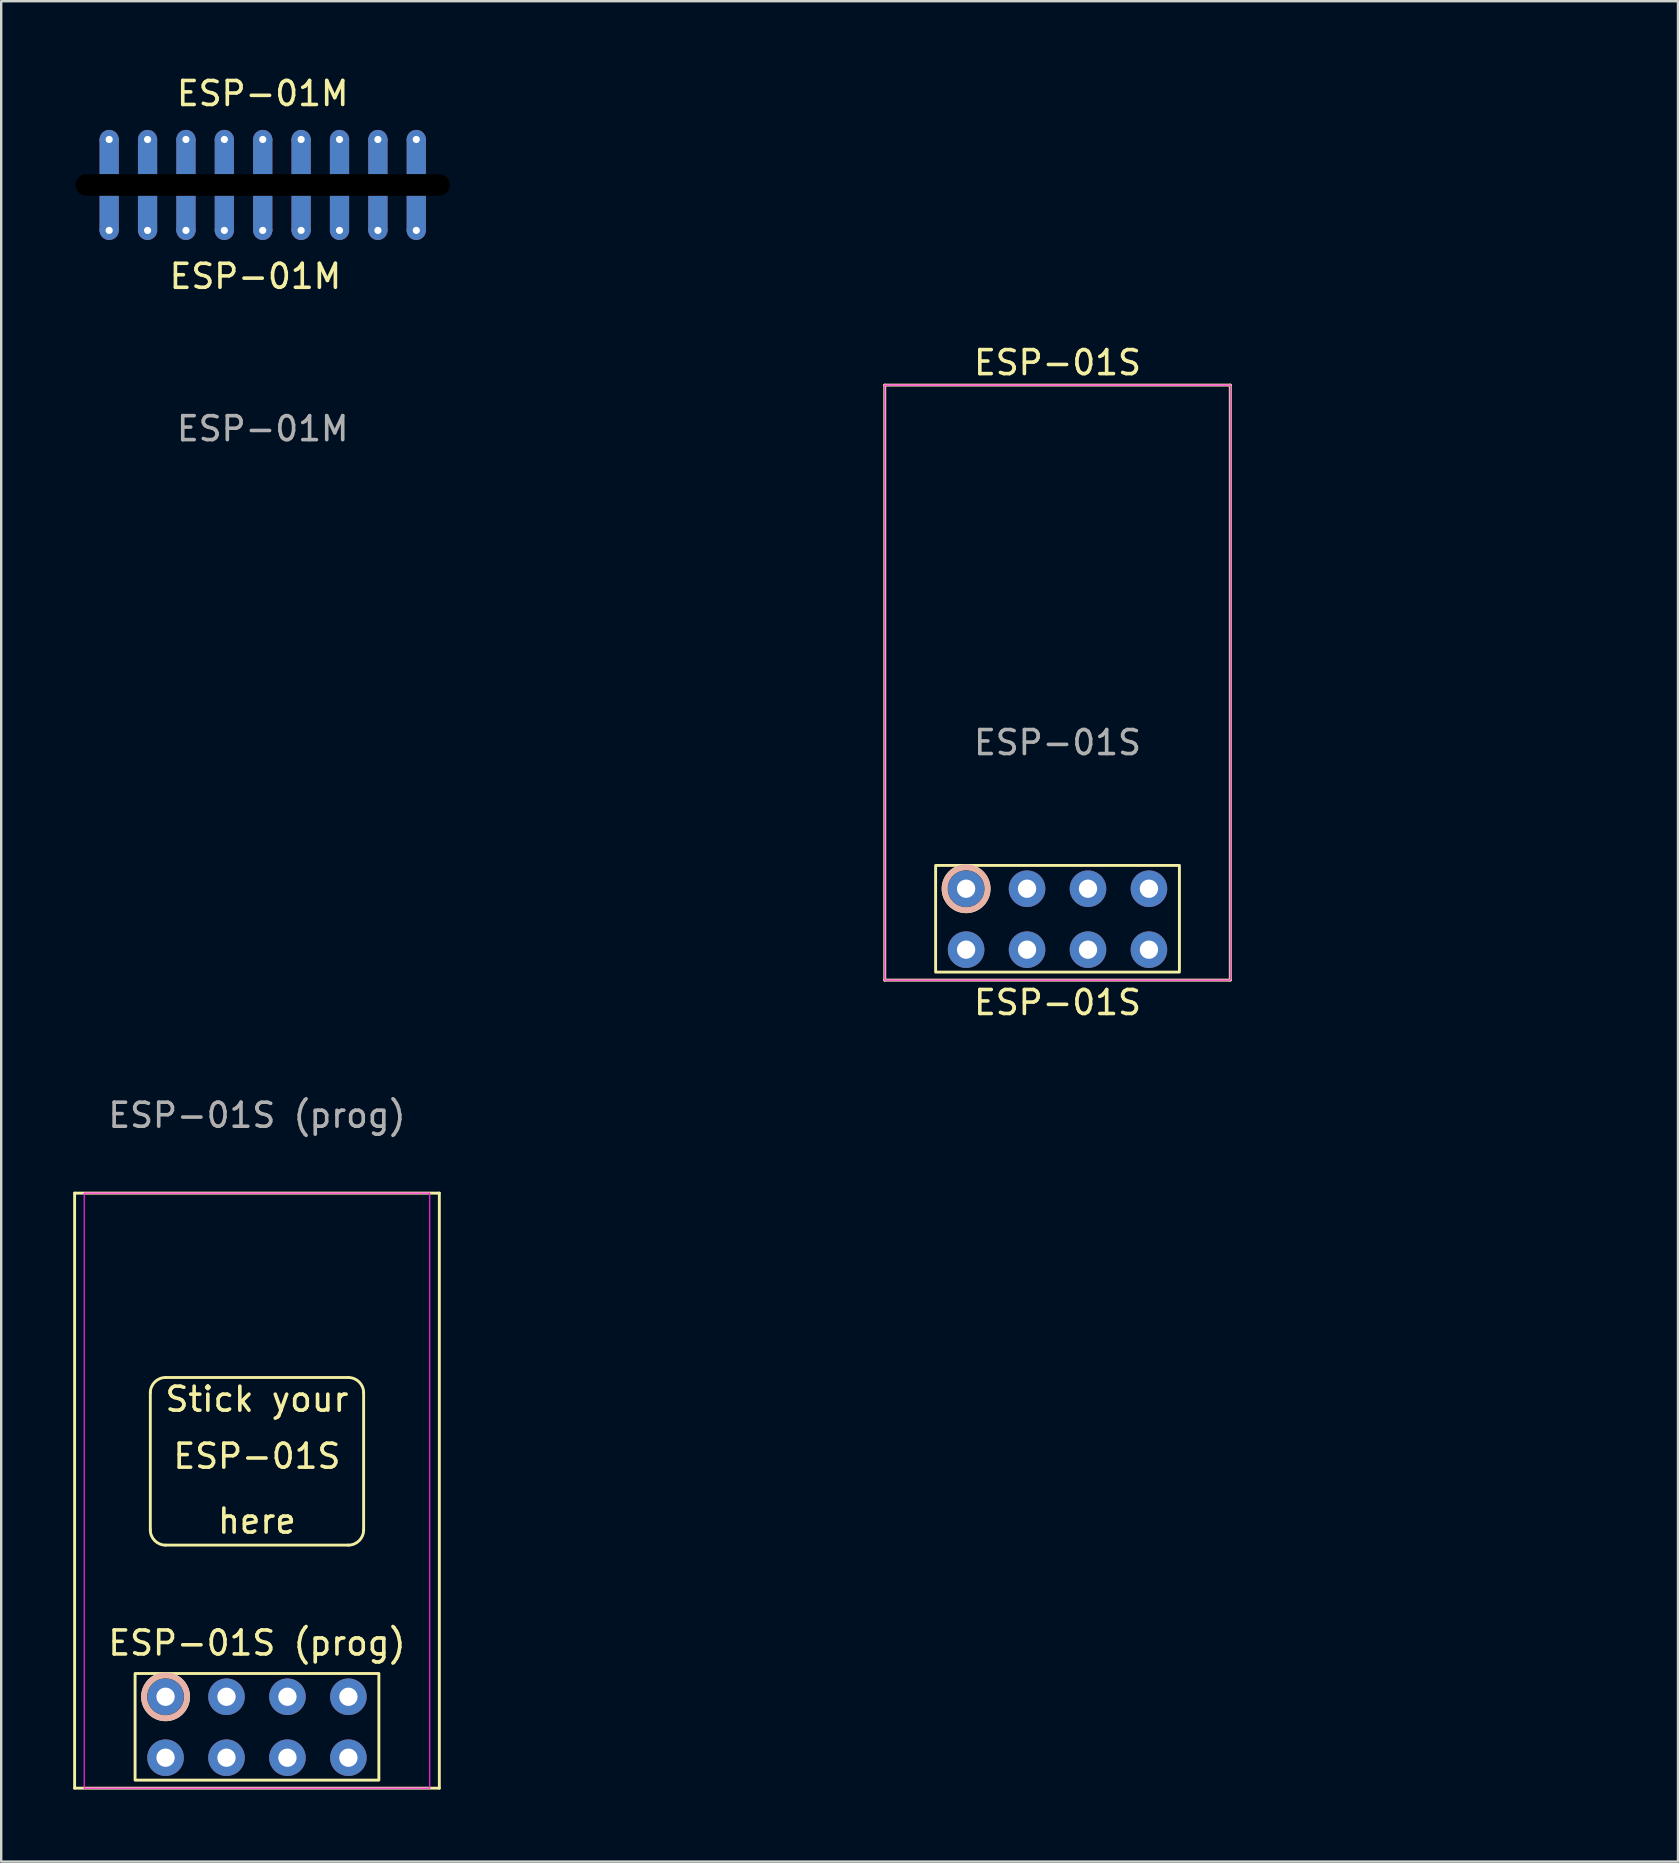
<source format=kicad_pcb>
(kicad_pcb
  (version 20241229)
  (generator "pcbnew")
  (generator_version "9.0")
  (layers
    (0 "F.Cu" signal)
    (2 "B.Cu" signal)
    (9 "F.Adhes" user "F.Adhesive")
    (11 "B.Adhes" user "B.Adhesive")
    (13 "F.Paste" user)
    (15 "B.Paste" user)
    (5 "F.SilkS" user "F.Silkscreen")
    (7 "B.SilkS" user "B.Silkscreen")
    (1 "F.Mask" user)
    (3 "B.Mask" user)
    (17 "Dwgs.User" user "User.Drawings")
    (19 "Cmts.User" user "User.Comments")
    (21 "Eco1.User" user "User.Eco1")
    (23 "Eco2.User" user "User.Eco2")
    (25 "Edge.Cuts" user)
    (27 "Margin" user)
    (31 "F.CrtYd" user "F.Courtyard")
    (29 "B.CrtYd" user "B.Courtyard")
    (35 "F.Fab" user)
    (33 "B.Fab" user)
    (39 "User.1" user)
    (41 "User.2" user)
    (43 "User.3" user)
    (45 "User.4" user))
  (footprint "ESP-01M"
    (layer "F.Cu")
    (at 7.9 4.658)
    (property "Reference" "ESP-01M" (at -0.305 3.81 0) (unlocked yes) (layer "F.SilkS") (effects (font (size 1 1) (thickness 0.15))))
    (attr through_hole)
    (fp_text user "ESP-01M" (at 0 -3.81 0) (unlocked yes) (layer "F.SilkS") (effects (font (size 1 1) (thickness 0.15))))
    (fp_text user "${REFERENCE}" (at 0 10.16 0) (unlocked yes) (layer "F.Fab") (effects (font (size 1 1) (thickness 0.15))))
    (pad "" np_thru_hole rect (at 0 0) (size 15.8 0.9) (drill oval 15.6 0.9) (layers "*.Mask"))
    (pad "1" thru_hole circle (at -6.4 -1.895) (size 0.8 0.8) (drill 0.3) (layers "*.Cu" "*.Mask"))
    (pad "1" smd rect (at -6.4 -1.185) (size 0.8 1.5) (layers "F.Cu" "F.Mask" "F.Paste"))
    (pad "1" smd rect (at -6.4 -1.185) (size 0.8 1.5) (layers "B.Cu" "B.Mask" "B.Paste"))
    (pad "2" thru_hole circle (at -4.8 -1.895) (size 0.8 0.8) (drill 0.3) (layers "*.Cu" "*.Mask"))
    (pad "2" smd rect (at -4.8 -1.185) (size 0.8 1.5) (layers "F.Cu" "F.Mask" "F.Paste"))
    (pad "2" smd rect (at -4.8 -1.185) (size 0.8 1.5) (layers "B.Cu" "B.Mask" "B.Paste"))
    (pad "3" thru_hole circle (at -3.2 -1.895) (size 0.8 0.8) (drill 0.3) (layers "*.Cu" "*.Mask"))
    (pad "3" smd rect (at -3.2 -1.185) (size 0.8 1.5) (layers "F.Cu" "F.Mask" "F.Paste"))
    (pad "3" smd rect (at -3.2 -1.185) (size 0.8 1.5) (layers "B.Cu" "B.Mask" "B.Paste"))
    (pad "4" thru_hole circle (at -1.6 -1.895) (size 0.8 0.8) (drill 0.3) (layers "*.Cu" "*.Mask"))
    (pad "4" smd rect (at -1.6 -1.185) (size 0.8 1.5) (layers "F.Cu" "F.Mask" "F.Paste"))
    (pad "4" smd rect (at -1.6 -1.185) (size 0.8 1.5) (layers "B.Cu" "B.Mask" "B.Paste"))
    (pad "5" thru_hole circle (at 0 -1.895) (size 0.8 0.8) (drill 0.3) (layers "*.Cu" "*.Mask"))
    (pad "5" smd rect (at 0 -1.185) (size 0.8 1.5) (layers "F.Cu" "F.Mask" "F.Paste"))
    (pad "5" smd rect (at 0 -1.185) (size 0.8 1.5) (layers "B.Cu" "B.Mask" "B.Paste"))
    (pad "6" thru_hole circle (at 1.6 -1.895) (size 0.8 0.8) (drill 0.3) (layers "*.Cu" "*.Mask"))
    (pad "6" smd rect (at 1.6 -1.185) (size 0.8 1.5) (layers "F.Cu" "F.Mask" "F.Paste"))
    (pad "6" smd rect (at 1.6 -1.185) (size 0.8 1.5) (layers "B.Cu" "B.Mask" "B.Paste"))
    (pad "7" thru_hole circle (at 3.2 -1.895) (size 0.8 0.8) (drill 0.3) (layers "*.Cu" "*.Mask"))
    (pad "7" smd rect (at 3.2 -1.185) (size 0.8 1.5) (layers "F.Cu" "F.Mask" "F.Paste"))
    (pad "7" smd rect (at 3.2 -1.185) (size 0.8 1.5) (layers "B.Cu" "B.Mask" "B.Paste"))
    (pad "8" thru_hole circle (at 4.8 -1.895) (size 0.8 0.8) (drill 0.3) (layers "*.Cu" "*.Mask"))
    (pad "8" smd rect (at 4.8 -1.185) (size 0.8 1.5) (layers "F.Cu" "F.Mask" "F.Paste"))
    (pad "8" smd rect (at 4.8 -1.185) (size 0.8 1.5) (layers "B.Cu" "B.Mask" "B.Paste"))
    (pad "9" thru_hole circle (at 6.4 -1.895) (size 0.8 0.8) (drill 0.3) (layers "*.Cu" "*.Mask"))
    (pad "9" smd rect (at 6.4 -1.185) (size 0.8 1.5) (layers "F.Cu" "F.Mask" "F.Paste"))
    (pad "9" smd rect (at 6.4 -1.185) (size 0.8 1.5) (layers "B.Cu" "B.Mask" "B.Paste"))
    (pad "10" smd rect (at 6.4 1.191) (size 0.8 1.5) (layers "F.Cu" "F.Mask" "F.Paste"))
    (pad "10" smd rect (at 6.4 1.191) (size 0.8 1.5) (layers "B.Cu" "B.Mask" "B.Paste"))
    (pad "10" thru_hole circle (at 6.4 1.895) (size 0.8 0.8) (drill 0.3) (layers "*.Cu" "*.Mask"))
    (pad "11" smd rect (at 4.8 1.191) (size 0.8 1.5) (layers "F.Cu" "F.Mask" "F.Paste"))
    (pad "11" smd rect (at 4.8 1.191) (size 0.8 1.5) (layers "B.Cu" "B.Mask" "B.Paste"))
    (pad "11" thru_hole circle (at 4.8 1.895) (size 0.8 0.8) (drill 0.3) (layers "*.Cu" "*.Mask"))
    (pad "12" smd rect (at 3.2 1.191) (size 0.8 1.5) (layers "F.Cu" "F.Mask" "F.Paste"))
    (pad "12" smd rect (at 3.2 1.191) (size 0.8 1.5) (layers "B.Cu" "B.Mask" "B.Paste"))
    (pad "12" thru_hole circle (at 3.2 1.895) (size 0.8 0.8) (drill 0.3) (layers "*.Cu" "*.Mask"))
    (pad "13" smd rect (at 1.6 1.191) (size 0.8 1.5) (layers "F.Cu" "F.Mask" "F.Paste"))
    (pad "13" smd rect (at 1.6 1.191) (size 0.8 1.5) (layers "B.Cu" "B.Mask" "B.Paste"))
    (pad "13" thru_hole circle (at 1.6 1.895) (size 0.8 0.8) (drill 0.3) (layers "*.Cu" "*.Mask"))
    (pad "14" smd rect (at 0 1.191) (size 0.8 1.5) (layers "F.Cu" "F.Mask" "F.Paste"))
    (pad "14" smd rect (at 0 1.191) (size 0.8 1.5) (layers "B.Cu" "B.Mask" "B.Paste"))
    (pad "14" thru_hole circle (at 0 1.895) (size 0.8 0.8) (drill 0.3) (layers "*.Cu" "*.Mask"))
    (pad "15" smd rect (at -1.6 1.191) (size 0.8 1.5) (layers "F.Cu" "F.Mask" "F.Paste"))
    (pad "15" smd rect (at -1.6 1.191) (size 0.8 1.5) (layers "B.Cu" "B.Mask" "B.Paste"))
    (pad "15" thru_hole circle (at -1.6 1.895) (size 0.8 0.8) (drill 0.3) (layers "*.Cu" "*.Mask"))
    (pad "16" smd rect (at -3.2 1.191) (size 0.8 1.5) (layers "F.Cu" "F.Mask" "F.Paste"))
    (pad "16" smd rect (at -3.2 1.191) (size 0.8 1.5) (layers "B.Cu" "B.Mask" "B.Paste"))
    (pad "16" thru_hole circle (at -3.2 1.895) (size 0.8 0.8) (drill 0.3) (layers "*.Cu" "*.Mask"))
    (pad "17" smd rect (at -4.8 1.191) (size 0.8 1.5) (layers "F.Cu" "F.Mask" "F.Paste"))
    (pad "17" smd rect (at -4.8 1.191) (size 0.8 1.5) (layers "B.Cu" "B.Mask" "B.Paste"))
    (pad "17" thru_hole circle (at -4.8 1.895) (size 0.8 0.8) (drill 0.3) (layers "*.Cu" "*.Mask"))
    (pad "18" smd rect (at -6.4 1.185) (size 0.8 1.5) (layers "F.Cu" "F.Mask" "F.Paste"))
    (pad "18" smd rect (at -6.4 1.191) (size 0.8 1.5) (layers "B.Cu" "B.Mask" "B.Paste"))
    (pad "18" thru_hole circle (at -6.4 1.895) (size 0.8 0.8) (drill 0.3) (layers "*.Cu" "*.Mask")))
  (footprint "ESP-01S (prog)"
    (layer "F.Cu")
    (at 7.66 59.077)
    (property "Reference" "ESP-01S (prog)" (at 0 6.35 0) (unlocked yes) (layer "F.SilkS") (effects (font (size 1 1) (thickness 0.15))))
    (attr through_hole)
    (fp_line (start -7.6 -12.4) (end 7.6 -12.4) (stroke (width 0.12) (type solid)) (layer "F.SilkS"))
    (fp_line (start -7.6 12.4) (end -7.6 -12.4) (stroke (width 0.12) (type solid)) (layer "F.SilkS"))
    (fp_line (start -4.445 -4.08) (end -4.445 1.635) (stroke (width 0.12) (type solid)) (layer "F.SilkS"))
    (fp_line (start -3.81 -4.715) (end 3.81 -4.715) (stroke (width 0.12) (type solid)) (layer "F.SilkS"))
    (fp_line (start 3.81 2.27) (end -3.81 2.27) (stroke (width 0.12) (type solid)) (layer "F.SilkS"))
    (fp_line (start 4.445 -4.08) (end 4.445 1.635) (stroke (width 0.12) (type solid)) (layer "F.SilkS"))
    (fp_line (start 7.6 -12.4) (end 7.6 12.4) (stroke (width 0.12) (type solid)) (layer "F.SilkS"))
    (fp_line (start 7.6 12.4) (end -7.6 12.4) (stroke (width 0.12) (type solid)) (layer "F.SilkS"))
    (fp_rect (start -5.08 7.62) (end 5.08 12.065) (stroke (width 0.12) (type solid)) (fill no) (layer "F.SilkS"))
    (fp_arc (start -4.445 -4.080001) (mid -4.259013 -4.529014) (end -3.81 -4.715001) (stroke (width 0.12) (type solid)) (layer "F.SilkS"))
    (fp_arc (start -3.81 2.27) (mid -4.259013 2.084013) (end -4.445 1.635) (stroke (width 0.12) (type solid)) (layer "F.SilkS"))
    (fp_arc (start 3.81 -4.715) (mid 4.259013 -4.529013) (end 4.445 -4.08) (stroke (width 0.12) (type solid)) (layer "F.SilkS"))
    (fp_arc (start 4.445 1.635001) (mid 4.259012 2.084013) (end 3.81 2.270001) (stroke (width 0.12) (type solid)) (layer "F.SilkS"))
    (fp_circle (center -3.81 8.59) (end -2.912 8.59) (stroke (width 0.24) (type solid)) (fill no) (layer "F.SilkS"))
    (fp_circle (center -3.81 8.59) (end -2.912 8.59) (stroke (width 0.24) (type solid)) (fill no) (layer "B.SilkS"))
    (fp_rect (start -7.2 -12.4) (end 7.2 12.4) (stroke (width 0.05) (type solid)) (fill no) (layer "F.CrtYd"))
    (fp_text user "Stick your" (at 0 -3.81 0) (unlocked yes) (layer "F.SilkS") (effects (font (size 1 1) (thickness 0.15))))
    (fp_text user "here" (at 0 1.27 0) (unlocked yes) (layer "F.SilkS") (effects (font (size 1 1) (thickness 0.15))))
    (fp_text user "ESP-01S" (at -0.002 -1.434 0) (unlocked yes) (layer "F.SilkS") (effects (font (size 1 1) (thickness 0.15))))
    (fp_text user "${REFERENCE}" (at 0 -15.645 0) (unlocked yes) (layer "F.Fab") (effects (font (size 1 1) (thickness 0.15))))
    (pad "1" thru_hole circle (at -3.81 8.59) (size 1.524 1.524) (drill 0.762) (layers "*.Cu" "*.Mask"))
    (pad "2" thru_hole circle (at -1.27 8.59) (size 1.524 1.524) (drill 0.762) (layers "*.Cu" "*.Mask"))
    (pad "3" thru_hole circle (at 1.27 8.59) (size 1.524 1.524) (drill 0.762) (layers "*.Cu" "*.Mask"))
    (pad "4" thru_hole circle (at 3.81 8.59) (size 1.524 1.524) (drill 0.762) (layers "*.Cu" "*.Mask"))
    (pad "5" thru_hole circle (at 3.81 11.13) (size 1.524 1.524) (drill 0.762) (layers "*.Cu" "*.Mask"))
    (pad "6" thru_hole circle (at 1.27 11.13) (size 1.524 1.524) (drill 0.762) (layers "*.Cu" "*.Mask"))
    (pad "7" thru_hole circle (at -1.27 11.13) (size 1.524 1.524) (drill 0.762) (layers "*.Cu" "*.Mask"))
    (pad "8" thru_hole circle (at -3.81 11.13) (size 1.524 1.524) (drill 0.762) (layers "*.Cu" "*.Mask")))
  (footprint "ESP-01S"
    (layer "F.Cu")
    (at 41.025 25.4)
    (property "Reference" "ESP-01S" (at 0 13.335 0) (unlocked yes) (layer "F.SilkS") (effects (font (size 1 1) (thickness 0.15))))
    (attr through_hole)
    (fp_line (start -7.2 -12.4) (end 7.2 -12.4) (stroke (width 0.12) (type solid)) (layer "F.SilkS"))
    (fp_line (start -7.2 12.4) (end -7.2 -12.4) (stroke (width 0.12) (type solid)) (layer "F.SilkS"))
    (fp_line (start 7.2 -12.4) (end 7.2 12.4) (stroke (width 0.12) (type solid)) (layer "F.SilkS"))
    (fp_line (start 7.2 12.4) (end -7.2 12.4) (stroke (width 0.12) (type solid)) (layer "F.SilkS"))
    (fp_rect (start -5.08 7.62) (end 5.08 12.065) (stroke (width 0.12) (type solid)) (fill no) (layer "F.SilkS"))
    (fp_circle (center -3.81 8.59) (end -2.912 8.59) (stroke (width 0.24) (type solid)) (fill no) (layer "F.SilkS"))
    (fp_circle (center -3.81 8.59) (end -2.912 8.59) (stroke (width 0.24) (type solid)) (fill no) (layer "B.SilkS"))
    (fp_rect (start -7.2 -12.4) (end 7.2 12.4) (stroke (width 0.05) (type solid)) (fill no) (layer "F.CrtYd"))
    (fp_text user "ESP-01S" (at 0 -13.335 0) (unlocked yes) (layer "F.SilkS") (effects (font (size 1 1) (thickness 0.15))))
    (fp_text user "${REFERENCE}" (at 0 2.5 0) (unlocked yes) (layer "F.Fab") (effects (font (size 1 1) (thickness 0.15))))
    (pad "1" thru_hole circle (at -3.81 8.59) (size 1.524 1.524) (drill 0.762) (layers "*.Cu" "*.Mask"))
    (pad "2" thru_hole circle (at -1.27 8.59) (size 1.524 1.524) (drill 0.762) (layers "*.Cu" "*.Mask"))
    (pad "3" thru_hole circle (at 1.27 8.59) (size 1.524 1.524) (drill 0.762) (layers "*.Cu" "*.Mask"))
    (pad "4" thru_hole circle (at 3.81 8.59) (size 1.524 1.524) (drill 0.762) (layers "*.Cu" "*.Mask"))
    (pad "5" thru_hole circle (at 3.81 11.13) (size 1.524 1.524) (drill 0.762) (layers "*.Cu" "*.Mask"))
    (pad "6" thru_hole circle (at 1.27 11.13) (size 1.524 1.524) (drill 0.762) (layers "*.Cu" "*.Mask"))
    (pad "7" thru_hole circle (at -1.27 11.13) (size 1.524 1.524) (drill 0.762) (layers "*.Cu" "*.Mask"))
    (pad "8" thru_hole circle (at -3.81 11.13) (size 1.524 1.524) (drill 0.762) (layers "*.Cu" "*.Mask"))
    (zone (net_name "") (layers "F.Cu" "B.Cu") (name "Antenna") (hatch edge 0.508) (connect_pads) (min_thickness 0.254) (filled_areas_thickness no) (keepout (tracks not_allowed) (vias not_allowed) (pads not_allowed) (copperpour not_allowed) (footprints not_allowed)) (placement (enabled no)) (fill) (polygon (pts (xy 63.885 17.145) (xy 61.98 19.05) (xy 20.705 19.05) (xy 18.8 17.145) (xy 18.8 1.905) (xy 20.705 0) (xy 61.98 0) (xy 63.885 1.905)))))
  (gr_rect
    (start -3 -3)
    (end 66.885 74.537)
    (stroke (width 0.1) (type default))
    (fill no)
    (layer "Edge.Cuts")))
</source>
